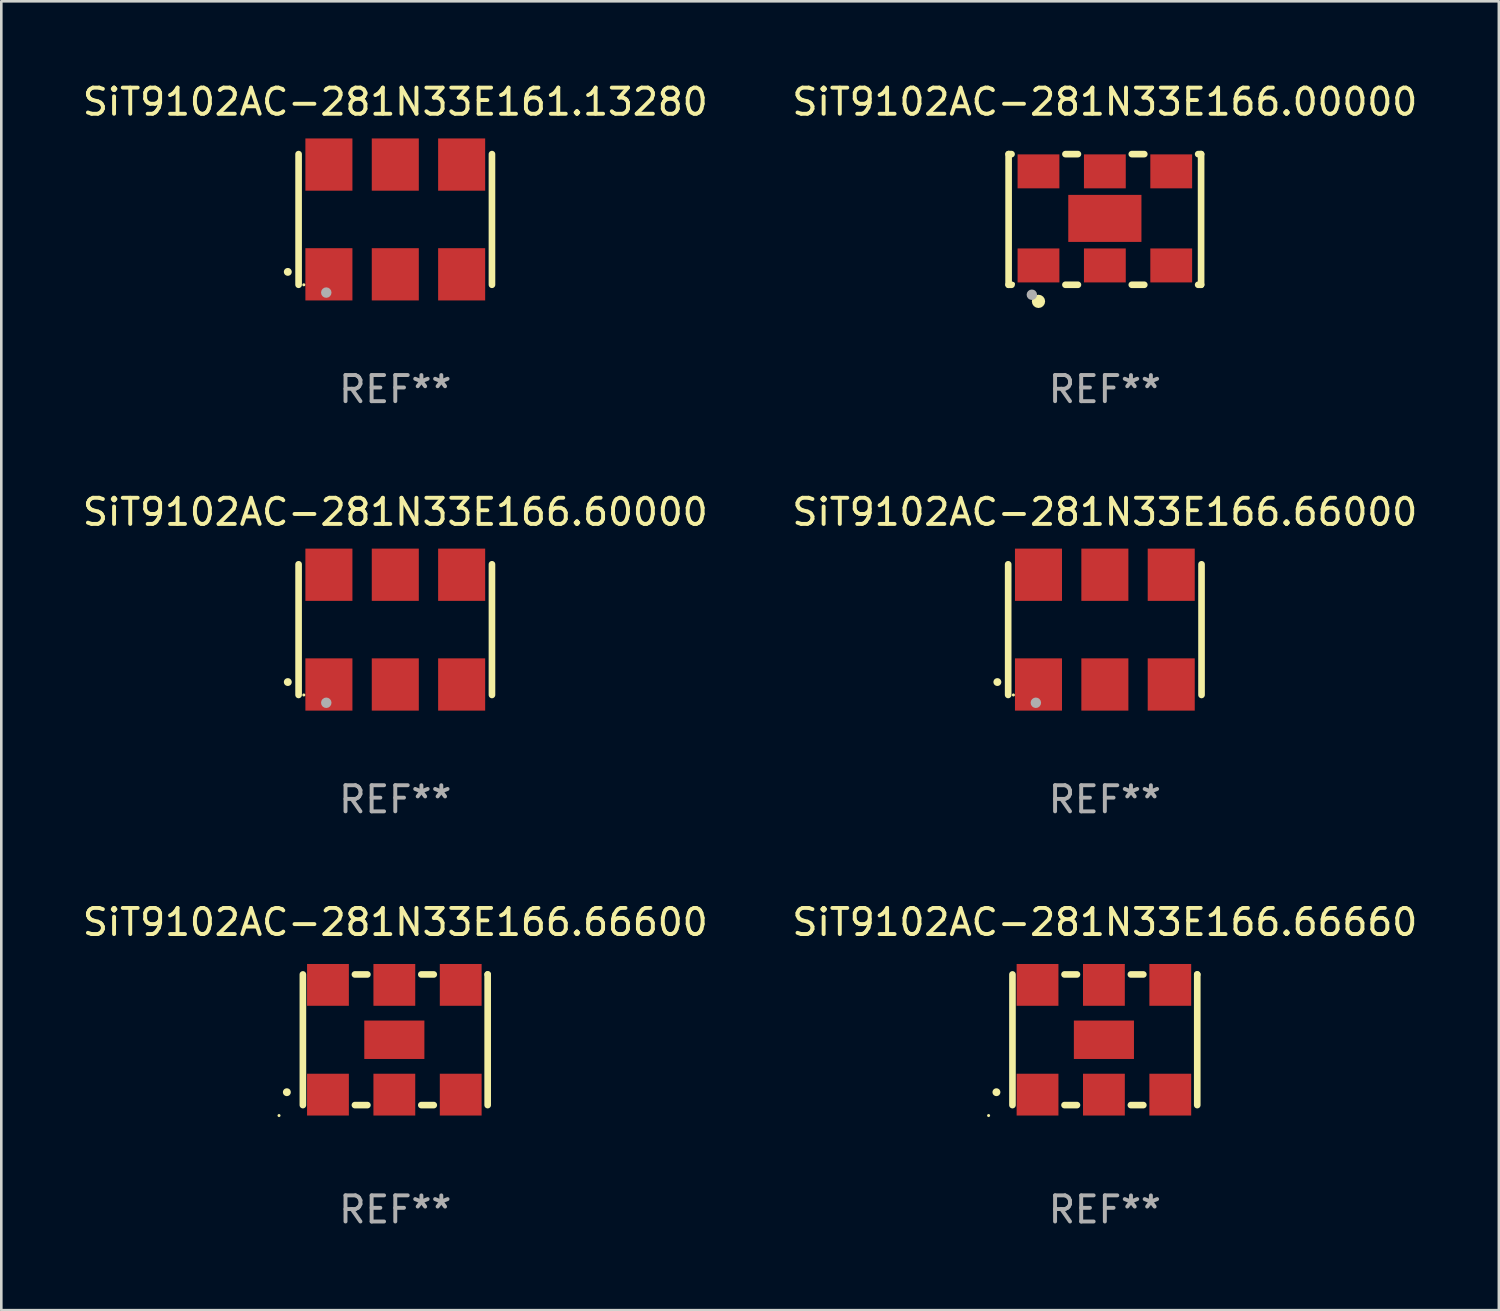
<source format=kicad_pcb>
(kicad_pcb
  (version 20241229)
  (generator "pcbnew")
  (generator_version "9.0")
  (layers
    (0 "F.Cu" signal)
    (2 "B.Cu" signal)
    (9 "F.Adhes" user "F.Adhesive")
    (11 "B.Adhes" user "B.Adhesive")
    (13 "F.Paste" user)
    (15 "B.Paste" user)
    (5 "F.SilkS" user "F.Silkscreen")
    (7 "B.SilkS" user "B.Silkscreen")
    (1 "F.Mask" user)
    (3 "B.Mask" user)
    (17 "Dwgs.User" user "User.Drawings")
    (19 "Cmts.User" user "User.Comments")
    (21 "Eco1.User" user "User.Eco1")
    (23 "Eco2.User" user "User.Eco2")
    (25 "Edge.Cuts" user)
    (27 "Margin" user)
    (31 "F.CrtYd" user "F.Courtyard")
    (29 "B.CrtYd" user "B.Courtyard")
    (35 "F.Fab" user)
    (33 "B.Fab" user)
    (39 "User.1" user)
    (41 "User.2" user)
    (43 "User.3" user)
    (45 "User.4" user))
  (footprint "SiT9102AC-281N33E166.60000"
    (layer "F.Cu")
    (at 12.077 21.045)
    (property "Reference" "SiT9102AC-281N33E166.60000" (at 0 -4.5 0) (layer "F.SilkS") (effects (font (size 1 1) (thickness 0.15))))
    (attr through_hole)
    (fp_line (start -3.7 -2.5) (end -3.7 2.5) (stroke (width 0.254) (type solid)) (layer "F.SilkS"))
    (fp_line (start 3.7 -2.5) (end 3.7 2.5) (stroke (width 0.254) (type solid)) (layer "F.SilkS"))
    (fp_arc (start -4.114415 2.006604) (mid -4.113145 2.006599) (end -4.111875 2.006604) (stroke (width 0.3) (type solid)) (layer "F.SilkS"))
    (fp_circle (center -3.5 2.501) (end -3.47 2.501) (stroke (width 0.06) (type solid)) (fill no) (layer "F.SilkS"))
    (fp_circle (center -2.641 2.799) (end -2.541 2.799) (stroke (width 0.2) (type solid)) (fill no) (layer "F.Fab"))
    (fp_text user "REF**" (at 0 6.5 0) (layer "F.Fab") (effects (font (size 1 1) (thickness 0.15))))
    (pad "1" smd rect (at -2.54 2.1) (size 1.8 2) (layers "F.Cu" "F.Mask" "F.Paste"))
    (pad "2" smd rect (at 0.000394 2.1) (size 1.8 2) (layers "F.Cu" "F.Mask" "F.Paste"))
    (pad "3" smd rect (at 2.54 2.1) (size 1.8 2) (layers "F.Cu" "F.Mask" "F.Paste"))
    (pad "4" smd rect (at 2.54 -2.1) (size 1.8 2) (layers "F.Cu" "F.Mask" "F.Paste"))
    (pad "5" smd rect (at 0.000394 -2.1) (size 1.8 2) (layers "F.Cu" "F.Mask" "F.Paste"))
    (pad "6" smd rect (at -2.54 -2.1) (size 1.8 2) (layers "F.Cu" "F.Mask" "F.Paste")))
  (footprint "SiT9102AC-281N33E166.66600"
    (layer "F.Cu")
    (at 12.077 36.741)
    (property "Reference" "SiT9102AC-281N33E166.66600" (at 0 -4.5 0) (layer "F.SilkS") (effects (font (size 1 1) (thickness 0.15))))
    (attr through_hole)
    (fp_line (start -3.536 -2.5) (end -3.536 2.5) (stroke (width 0.254) (type solid)) (layer "F.SilkS"))
    (fp_line (start -1.544 2.5) (end -1.067 2.5) (stroke (width 0.254) (type solid)) (layer "F.SilkS"))
    (fp_line (start -1.067 -2.5) (end -1.544 -2.5) (stroke (width 0.254) (type solid)) (layer "F.SilkS"))
    (fp_line (start 0.996 2.5) (end 1.473 2.5) (stroke (width 0.254) (type solid)) (layer "F.SilkS"))
    (fp_line (start 1.473 -2.5) (end 0.996 -2.5) (stroke (width 0.254) (type solid)) (layer "F.SilkS"))
    (fp_line (start 3.536 -2.5) (end 3.536 -2.5) (stroke (width 0.254) (type solid)) (layer "F.SilkS"))
    (fp_line (start 3.536 2.5) (end 3.536 -2.5) (stroke (width 0.254) (type solid)) (layer "F.SilkS"))
    (fp_arc (start -4.150432 2.006604) (mid -4.149162 2.006599) (end -4.147892 2.006604) (stroke (width 0.3) (type solid)) (layer "F.SilkS"))
    (fp_circle (center -4.449 2.9) (end -4.419 2.9) (stroke (width 0.06) (type solid)) (fill no) (layer "F.SilkS"))
    (fp_text user "REF**" (at 0 6.5 0) (layer "F.Fab") (effects (font (size 1 1) (thickness 0.15))))
    (pad "1" smd rect (at -2.576 2.1) (size 1.6 1.6) (layers "F.Cu" "F.Mask" "F.Paste"))
    (pad "2" smd rect (at -0.036 2.1) (size 1.6 1.6) (layers "F.Cu" "F.Mask" "F.Paste"))
    (pad "3" smd rect (at 2.504 2.1) (size 1.6 1.6) (layers "F.Cu" "F.Mask" "F.Paste"))
    (pad "4" smd rect (at 2.504 -2.1) (size 1.6 1.6) (layers "F.Cu" "F.Mask" "F.Paste"))
    (pad "5" smd rect (at -0.036 -2.1) (size 1.6 1.6) (layers "F.Cu" "F.Mask" "F.Paste"))
    (pad "6" smd rect (at -2.576 -2.1) (size 1.6 1.6) (layers "F.Cu" "F.Mask" "F.Paste"))
    (pad "7" smd rect (at -0.036 0) (size 2.3 1.47) (layers "F.Cu" "F.Mask" "F.Paste")))
  (footprint "SiT9102AC-281N33E166.66660"
    (layer "F.Cu")
    (at 39.232 36.741)
    (property "Reference" "SiT9102AC-281N33E166.66660" (at 0 -4.5 0) (layer "F.SilkS") (effects (font (size 1 1) (thickness 0.15))))
    (attr through_hole)
    (fp_line (start -3.536 -2.5) (end -3.536 2.5) (stroke (width 0.254) (type solid)) (layer "F.SilkS"))
    (fp_line (start -1.544 2.5) (end -1.067 2.5) (stroke (width 0.254) (type solid)) (layer "F.SilkS"))
    (fp_line (start -1.067 -2.5) (end -1.544 -2.5) (stroke (width 0.254) (type solid)) (layer "F.SilkS"))
    (fp_line (start 0.996 2.5) (end 1.473 2.5) (stroke (width 0.254) (type solid)) (layer "F.SilkS"))
    (fp_line (start 1.473 -2.5) (end 0.996 -2.5) (stroke (width 0.254) (type solid)) (layer "F.SilkS"))
    (fp_line (start 3.536 -2.5) (end 3.536 -2.5) (stroke (width 0.254) (type solid)) (layer "F.SilkS"))
    (fp_line (start 3.536 2.5) (end 3.536 -2.5) (stroke (width 0.254) (type solid)) (layer "F.SilkS"))
    (fp_arc (start -4.150432 2.006604) (mid -4.149162 2.006599) (end -4.147892 2.006604) (stroke (width 0.3) (type solid)) (layer "F.SilkS"))
    (fp_circle (center -4.449 2.9) (end -4.419 2.9) (stroke (width 0.06) (type solid)) (fill no) (layer "F.SilkS"))
    (fp_text user "REF**" (at 0 6.5 0) (layer "F.Fab") (effects (font (size 1 1) (thickness 0.15))))
    (pad "1" smd rect (at -2.576 2.1) (size 1.6 1.6) (layers "F.Cu" "F.Mask" "F.Paste"))
    (pad "2" smd rect (at -0.036 2.1) (size 1.6 1.6) (layers "F.Cu" "F.Mask" "F.Paste"))
    (pad "3" smd rect (at 2.504 2.1) (size 1.6 1.6) (layers "F.Cu" "F.Mask" "F.Paste"))
    (pad "4" smd rect (at 2.504 -2.1) (size 1.6 1.6) (layers "F.Cu" "F.Mask" "F.Paste"))
    (pad "5" smd rect (at -0.036 -2.1) (size 1.6 1.6) (layers "F.Cu" "F.Mask" "F.Paste"))
    (pad "6" smd rect (at -2.576 -2.1) (size 1.6 1.6) (layers "F.Cu" "F.Mask" "F.Paste"))
    (pad "7" smd rect (at -0.036 0) (size 2.3 1.47) (layers "F.Cu" "F.Mask" "F.Paste")))
  (footprint "SiT9102AC-281N33E161.13280"
    (layer "F.Cu")
    (at 12.077 5.348)
    (property "Reference" "SiT9102AC-281N33E161.13280" (at 0 -4.5 0) (layer "F.SilkS") (effects (font (size 1 1) (thickness 0.15))))
    (attr through_hole)
    (fp_line (start -3.7 -2.5) (end -3.7 2.5) (stroke (width 0.254) (type solid)) (layer "F.SilkS"))
    (fp_line (start 3.7 -2.5) (end 3.7 2.5) (stroke (width 0.254) (type solid)) (layer "F.SilkS"))
    (fp_arc (start -4.114415 2.006604) (mid -4.113145 2.006599) (end -4.111875 2.006604) (stroke (width 0.3) (type solid)) (layer "F.SilkS"))
    (fp_circle (center -3.5 2.501) (end -3.47 2.501) (stroke (width 0.06) (type solid)) (fill no) (layer "F.SilkS"))
    (fp_circle (center -2.641 2.799) (end -2.541 2.799) (stroke (width 0.2) (type solid)) (fill no) (layer "F.Fab"))
    (fp_text user "REF**" (at 0 6.5 0) (layer "F.Fab") (effects (font (size 1 1) (thickness 0.15))))
    (pad "1" smd rect (at -2.54 2.1) (size 1.8 2) (layers "F.Cu" "F.Mask" "F.Paste"))
    (pad "2" smd rect (at 0.000394 2.1) (size 1.8 2) (layers "F.Cu" "F.Mask" "F.Paste"))
    (pad "3" smd rect (at 2.54 2.1) (size 1.8 2) (layers "F.Cu" "F.Mask" "F.Paste"))
    (pad "4" smd rect (at 2.54 -2.1) (size 1.8 2) (layers "F.Cu" "F.Mask" "F.Paste"))
    (pad "5" smd rect (at 0.000394 -2.1) (size 1.8 2) (layers "F.Cu" "F.Mask" "F.Paste"))
    (pad "6" smd rect (at -2.54 -2.1) (size 1.8 2) (layers "F.Cu" "F.Mask" "F.Paste")))
  (footprint "SiT9102AC-281N33E166.66000"
    (layer "F.Cu")
    (at 39.232 21.045)
    (property "Reference" "SiT9102AC-281N33E166.66000" (at 0 -4.5 0) (layer "F.SilkS") (effects (font (size 1 1) (thickness 0.15))))
    (attr through_hole)
    (fp_line (start -3.7 -2.5) (end -3.7 2.5) (stroke (width 0.254) (type solid)) (layer "F.SilkS"))
    (fp_line (start 3.7 -2.5) (end 3.7 2.5) (stroke (width 0.254) (type solid)) (layer "F.SilkS"))
    (fp_arc (start -4.114415 2.006604) (mid -4.113145 2.006599) (end -4.111875 2.006604) (stroke (width 0.3) (type solid)) (layer "F.SilkS"))
    (fp_circle (center -3.5 2.501) (end -3.47 2.501) (stroke (width 0.06) (type solid)) (fill no) (layer "F.SilkS"))
    (fp_circle (center -2.641 2.799) (end -2.541 2.799) (stroke (width 0.2) (type solid)) (fill no) (layer "F.Fab"))
    (fp_text user "REF**" (at 0 6.5 0) (layer "F.Fab") (effects (font (size 1 1) (thickness 0.15))))
    (pad "1" smd rect (at -2.54 2.1) (size 1.8 2) (layers "F.Cu" "F.Mask" "F.Paste"))
    (pad "2" smd rect (at 0.000394 2.1) (size 1.8 2) (layers "F.Cu" "F.Mask" "F.Paste"))
    (pad "3" smd rect (at 2.54 2.1) (size 1.8 2) (layers "F.Cu" "F.Mask" "F.Paste"))
    (pad "4" smd rect (at 2.54 -2.1) (size 1.8 2) (layers "F.Cu" "F.Mask" "F.Paste"))
    (pad "5" smd rect (at 0.000394 -2.1) (size 1.8 2) (layers "F.Cu" "F.Mask" "F.Paste"))
    (pad "6" smd rect (at -2.54 -2.1) (size 1.8 2) (layers "F.Cu" "F.Mask" "F.Paste")))
  (footprint "SiT9102AC-281N33E166.00000"
    (layer "F.Cu")
    (at 39.232 5.348)
    (property "Reference" "SiT9102AC-281N33E166.00000" (at 0 -4.5 0) (layer "F.SilkS") (effects (font (size 1 1) (thickness 0.15))))
    (attr through_hole)
    (fp_line (start -3.683 -2.5) (end -3.571 -2.5) (stroke (width 0.254) (type solid)) (layer "F.SilkS"))
    (fp_line (start -3.683 2.5) (end -3.683 -2.5) (stroke (width 0.254) (type solid)) (layer "F.SilkS"))
    (fp_line (start -3.683 2.5) (end -3.571 2.5) (stroke (width 0.254) (type solid)) (layer "F.SilkS"))
    (fp_line (start -1.509 -2.5) (end -1.031 -2.5) (stroke (width 0.254) (type solid)) (layer "F.SilkS"))
    (fp_line (start -1.509 2.5) (end -1.031 2.5) (stroke (width 0.254) (type solid)) (layer "F.SilkS"))
    (fp_line (start 1.031 -2.5) (end 1.509 -2.5) (stroke (width 0.254) (type solid)) (layer "F.SilkS"))
    (fp_line (start 1.031 2.5) (end 1.509 2.5) (stroke (width 0.254) (type solid)) (layer "F.SilkS"))
    (fp_line (start 3.571 -2.5) (end 3.683 -2.5) (stroke (width 0.254) (type solid)) (layer "F.SilkS"))
    (fp_line (start 3.571 2.5) (end 3.683 2.5) (stroke (width 0.254) (type solid)) (layer "F.SilkS"))
    (fp_line (start 3.683 2.5) (end 3.683 -2.5) (stroke (width 0.254) (type solid)) (layer "F.SilkS"))
    (fp_circle (center -3.5 2.46) (end -3.47 2.46) (stroke (width 0.06) (type solid)) (fill no) (layer "F.SilkS"))
    (fp_circle (center -2.54 3.135) (end -2.413 3.135) (stroke (width 0.254) (type solid)) (fill no) (layer "F.SilkS"))
    (fp_circle (center -2.794 2.881) (end -2.694 2.881) (stroke (width 0.2) (type solid)) (fill no) (layer "F.Fab"))
    (fp_text user "REF**" (at 0 6.5 0) (layer "F.Fab") (effects (font (size 1 1) (thickness 0.15))))
    (pad "1" smd rect (at -2.54 1.76) (size 1.6 1.3) (layers "F.Cu" "F.Mask" "F.Paste"))
    (pad "2" smd rect (at 0 1.76) (size 1.6 1.3) (layers "F.Cu" "F.Mask" "F.Paste"))
    (pad "3" smd rect (at 2.54 1.76) (size 1.6 1.3) (layers "F.Cu" "F.Mask" "F.Paste"))
    (pad "4" smd rect (at 2.54 -1.84) (size 1.6 1.3) (layers "F.Cu" "F.Mask" "F.Paste"))
    (pad "5" smd rect (at 0 -1.84) (size 1.6 1.3) (layers "F.Cu" "F.Mask" "F.Paste"))
    (pad "6" smd rect (at -2.54 -1.84) (size 1.6 1.3) (layers "F.Cu" "F.Mask" "F.Paste"))
    (pad "7" smd rect (at 0 -0.04) (size 2.8 1.8) (layers "F.Cu" "F.Mask" "F.Paste")))
  (gr_rect
    (start -3 -3)
    (end 54.31 47.09)
    (stroke (width 0.1) (type default))
    (fill no)
    (layer "Edge.Cuts")))
</source>
